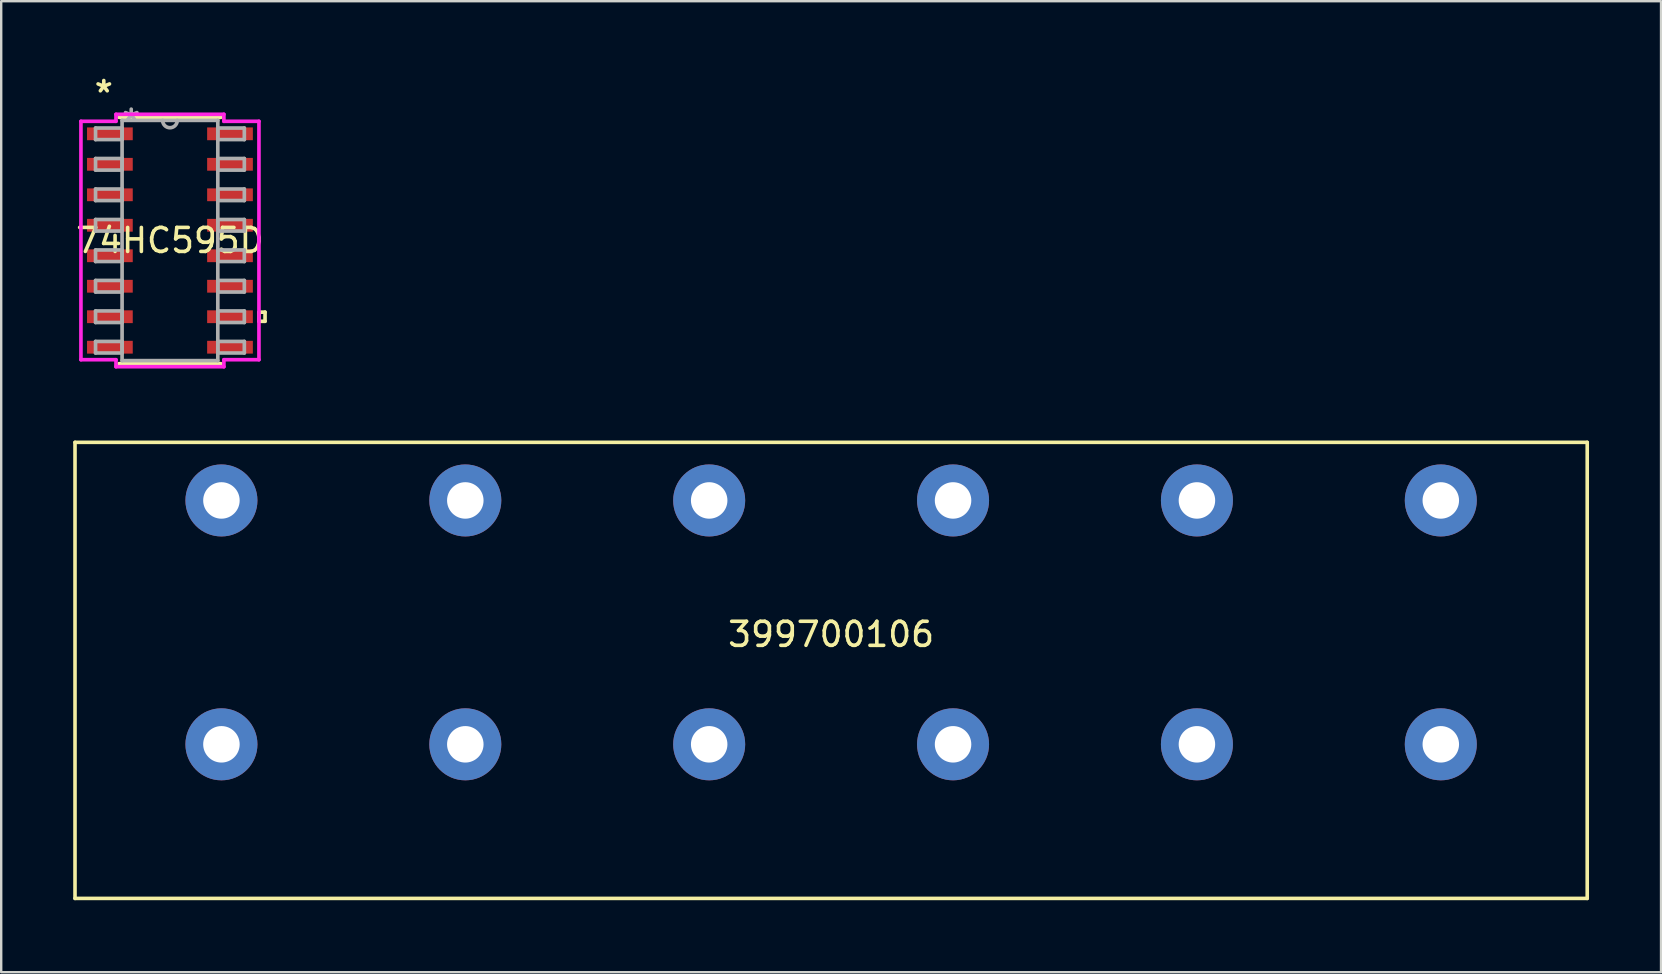
<source format=kicad_pcb>
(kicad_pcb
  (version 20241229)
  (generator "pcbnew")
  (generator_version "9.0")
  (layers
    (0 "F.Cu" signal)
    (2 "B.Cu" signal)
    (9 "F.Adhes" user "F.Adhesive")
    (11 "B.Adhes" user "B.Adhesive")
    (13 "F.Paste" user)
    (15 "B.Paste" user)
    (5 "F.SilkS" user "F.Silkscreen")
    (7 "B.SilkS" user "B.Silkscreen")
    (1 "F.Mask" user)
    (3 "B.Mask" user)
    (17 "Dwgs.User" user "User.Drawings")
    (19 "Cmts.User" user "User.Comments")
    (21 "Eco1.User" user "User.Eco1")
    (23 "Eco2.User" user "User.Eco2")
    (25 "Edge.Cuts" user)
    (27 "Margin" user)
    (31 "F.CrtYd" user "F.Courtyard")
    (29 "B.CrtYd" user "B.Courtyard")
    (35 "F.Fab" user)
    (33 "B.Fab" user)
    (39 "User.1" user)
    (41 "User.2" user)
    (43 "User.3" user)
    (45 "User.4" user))
  (footprint "399700106"
    (layer "F.Cu")
    (at 31.575 22.879)
    (property "Reference" "399700106" (at 0 0.5 0) (layer "F.SilkS") (effects (font (size 1 1) (thickness 0.15))))
    (attr through_hole)
    (fp_line (start -31.5 -7.5) (end -31.5 11.5) (stroke (width 0.15) (type solid)) (layer "F.SilkS"))
    (fp_line (start -31.5 11.5) (end 31.5 11.5) (stroke (width 0.15) (type solid)) (layer "F.SilkS"))
    (fp_line (start 31.5 -7.5) (end -31.5 -7.5) (stroke (width 0.15) (type solid)) (layer "F.SilkS"))
    (fp_line (start 31.5 -7.5) (end 31.5 11.5) (stroke (width 0.15) (type solid)) (layer "F.SilkS"))
    (pad "1" thru_hole circle (at -25.4 -5.08) (size 3 3) (drill 1.52) (layers "*.Cu" "*.Mask"))
    (pad "1" thru_hole circle (at -25.4 5.08) (size 3 3) (drill 1.52) (layers "*.Cu" "*.Mask"))
    (pad "2" thru_hole circle (at -15.24 -5.08) (size 3 3) (drill 1.52) (layers "*.Cu" "*.Mask"))
    (pad "2" thru_hole circle (at -15.24 5.08) (size 3 3) (drill 1.52) (layers "*.Cu" "*.Mask"))
    (pad "3" thru_hole circle (at -5.08 -5.08) (size 3 3) (drill 1.52) (layers "*.Cu" "*.Mask"))
    (pad "3" thru_hole circle (at -5.08 5.08) (size 3 3) (drill 1.52) (layers "*.Cu" "*.Mask"))
    (pad "4" thru_hole circle (at 5.08 -5.08) (size 3 3) (drill 1.52) (layers "*.Cu" "*.Mask"))
    (pad "4" thru_hole circle (at 5.08 5.08) (size 3 3) (drill 1.52) (layers "*.Cu" "*.Mask"))
    (pad "5" thru_hole circle (at 15.24 -5.08) (size 3 3) (drill 1.52) (layers "*.Cu" "*.Mask"))
    (pad "5" thru_hole circle (at 15.24 5.08) (size 3 3) (drill 1.52) (layers "*.Cu" "*.Mask"))
    (pad "6" thru_hole circle (at 25.4 -5.08) (size 3 3) (drill 1.52) (layers "*.Cu" "*.Mask"))
    (pad "6" thru_hole circle (at 25.4 5.08) (size 3 3) (drill 1.52) (layers "*.Cu" "*.Mask")))
  (footprint "74HC595D"
    (layer "F.Cu")
    (at 4.03 6.97)
    (property "Reference" "74HC595D" (at 0 0 0) (layer "F.SilkS") (effects (font (size 1 1) (thickness 0.15))))
    (attr through_hole)
    (fp_line (start -2.121 5.131) (end 2.121 5.131) (stroke (width 0.152) (type solid)) (layer "F.SilkS"))
    (fp_line (start 2.121 -5.131) (end -2.121 -5.131) (stroke (width 0.152) (type solid)) (layer "F.SilkS"))
    (fp_line (start 3.708 2.985) (end 3.962 2.985) (stroke (width 0.152) (type solid)) (layer "F.SilkS"))
    (fp_line (start 3.708 3.365) (end 3.708 2.985) (stroke (width 0.152) (type solid)) (layer "F.SilkS"))
    (fp_line (start 3.962 2.985) (end 3.962 3.365) (stroke (width 0.152) (type solid)) (layer "F.SilkS"))
    (fp_line (start 3.962 3.365) (end 3.708 3.365) (stroke (width 0.152) (type solid)) (layer "F.SilkS"))
    (fp_line (start -3.708 -4.966) (end -2.248 -4.966) (stroke (width 0.152) (type solid)) (layer "F.CrtYd"))
    (fp_line (start -3.708 4.966) (end -3.708 -4.966) (stroke (width 0.152) (type solid)) (layer "F.CrtYd"))
    (fp_line (start -2.248 -5.258) (end 2.248 -5.258) (stroke (width 0.152) (type solid)) (layer "F.CrtYd"))
    (fp_line (start -2.248 -4.966) (end -2.248 -5.258) (stroke (width 0.152) (type solid)) (layer "F.CrtYd"))
    (fp_line (start -2.248 4.966) (end -3.708 4.966) (stroke (width 0.152) (type solid)) (layer "F.CrtYd"))
    (fp_line (start -2.248 5.258) (end -2.248 4.966) (stroke (width 0.152) (type solid)) (layer "F.CrtYd"))
    (fp_line (start 2.248 -5.258) (end 2.248 -4.966) (stroke (width 0.152) (type solid)) (layer "F.CrtYd"))
    (fp_line (start 2.248 -4.966) (end 3.708 -4.966) (stroke (width 0.152) (type solid)) (layer "F.CrtYd"))
    (fp_line (start 2.248 4.966) (end 2.248 5.258) (stroke (width 0.152) (type solid)) (layer "F.CrtYd"))
    (fp_line (start 2.248 5.258) (end -2.248 5.258) (stroke (width 0.152) (type solid)) (layer "F.CrtYd"))
    (fp_line (start 3.708 -4.966) (end 3.708 4.966) (stroke (width 0.152) (type solid)) (layer "F.CrtYd"))
    (fp_line (start 3.708 4.966) (end 2.248 4.966) (stroke (width 0.152) (type solid)) (layer "F.CrtYd"))
    (fp_line (start -3.099 -4.686) (end -3.099 -4.204) (stroke (width 0.152) (type solid)) (layer "F.Fab"))
    (fp_line (start -3.099 -4.204) (end -1.994 -4.204) (stroke (width 0.152) (type solid)) (layer "F.Fab"))
    (fp_line (start -3.099 -3.416) (end -3.099 -2.934) (stroke (width 0.152) (type solid)) (layer "F.Fab"))
    (fp_line (start -3.099 -2.934) (end -1.994 -2.934) (stroke (width 0.152) (type solid)) (layer "F.Fab"))
    (fp_line (start -3.099 -2.146) (end -3.099 -1.664) (stroke (width 0.152) (type solid)) (layer "F.Fab"))
    (fp_line (start -3.099 -1.664) (end -1.994 -1.664) (stroke (width 0.152) (type solid)) (layer "F.Fab"))
    (fp_line (start -3.099 -0.876) (end -3.099 -0.394) (stroke (width 0.152) (type solid)) (layer "F.Fab"))
    (fp_line (start -3.099 -0.394) (end -1.994 -0.394) (stroke (width 0.152) (type solid)) (layer "F.Fab"))
    (fp_line (start -3.099 0.394) (end -3.099 0.876) (stroke (width 0.152) (type solid)) (layer "F.Fab"))
    (fp_line (start -3.099 0.876) (end -1.994 0.876) (stroke (width 0.152) (type solid)) (layer "F.Fab"))
    (fp_line (start -3.099 1.664) (end -3.099 2.146) (stroke (width 0.152) (type solid)) (layer "F.Fab"))
    (fp_line (start -3.099 2.146) (end -1.994 2.146) (stroke (width 0.152) (type solid)) (layer "F.Fab"))
    (fp_line (start -3.099 2.934) (end -3.099 3.416) (stroke (width 0.152) (type solid)) (layer "F.Fab"))
    (fp_line (start -3.099 3.416) (end -1.994 3.416) (stroke (width 0.152) (type solid)) (layer "F.Fab"))
    (fp_line (start -3.099 4.204) (end -3.099 4.686) (stroke (width 0.152) (type solid)) (layer "F.Fab"))
    (fp_line (start -3.099 4.686) (end -1.994 4.686) (stroke (width 0.152) (type solid)) (layer "F.Fab"))
    (fp_line (start -1.994 -5.004) (end -1.994 5.004) (stroke (width 0.152) (type solid)) (layer "F.Fab"))
    (fp_line (start -1.994 -4.686) (end -3.099 -4.686) (stroke (width 0.152) (type solid)) (layer "F.Fab"))
    (fp_line (start -1.994 -4.204) (end -1.994 -4.686) (stroke (width 0.152) (type solid)) (layer "F.Fab"))
    (fp_line (start -1.994 -3.416) (end -3.099 -3.416) (stroke (width 0.152) (type solid)) (layer "F.Fab"))
    (fp_line (start -1.994 -2.934) (end -1.994 -3.416) (stroke (width 0.152) (type solid)) (layer "F.Fab"))
    (fp_line (start -1.994 -2.146) (end -3.099 -2.146) (stroke (width 0.152) (type solid)) (layer "F.Fab"))
    (fp_line (start -1.994 -1.664) (end -1.994 -2.146) (stroke (width 0.152) (type solid)) (layer "F.Fab"))
    (fp_line (start -1.994 -0.876) (end -3.099 -0.876) (stroke (width 0.152) (type solid)) (layer "F.Fab"))
    (fp_line (start -1.994 -0.394) (end -1.994 -0.876) (stroke (width 0.152) (type solid)) (layer "F.Fab"))
    (fp_line (start -1.994 0.394) (end -3.099 0.394) (stroke (width 0.152) (type solid)) (layer "F.Fab"))
    (fp_line (start -1.994 0.876) (end -1.994 0.394) (stroke (width 0.152) (type solid)) (layer "F.Fab"))
    (fp_line (start -1.994 1.664) (end -3.099 1.664) (stroke (width 0.152) (type solid)) (layer "F.Fab"))
    (fp_line (start -1.994 2.146) (end -1.994 1.664) (stroke (width 0.152) (type solid)) (layer "F.Fab"))
    (fp_line (start -1.994 2.934) (end -3.099 2.934) (stroke (width 0.152) (type solid)) (layer "F.Fab"))
    (fp_line (start -1.994 3.416) (end -1.994 2.934) (stroke (width 0.152) (type solid)) (layer "F.Fab"))
    (fp_line (start -1.994 4.204) (end -3.099 4.204) (stroke (width 0.152) (type solid)) (layer "F.Fab"))
    (fp_line (start -1.994 4.686) (end -1.994 4.204) (stroke (width 0.152) (type solid)) (layer "F.Fab"))
    (fp_line (start -1.994 5.004) (end 1.994 5.004) (stroke (width 0.152) (type solid)) (layer "F.Fab"))
    (fp_line (start 1.994 -5.004) (end -1.994 -5.004) (stroke (width 0.152) (type solid)) (layer "F.Fab"))
    (fp_line (start 1.994 -4.686) (end 1.994 -4.204) (stroke (width 0.152) (type solid)) (layer "F.Fab"))
    (fp_line (start 1.994 -4.204) (end 3.099 -4.204) (stroke (width 0.152) (type solid)) (layer "F.Fab"))
    (fp_line (start 1.994 -3.416) (end 1.994 -2.934) (stroke (width 0.152) (type solid)) (layer "F.Fab"))
    (fp_line (start 1.994 -2.934) (end 3.099 -2.934) (stroke (width 0.152) (type solid)) (layer "F.Fab"))
    (fp_line (start 1.994 -2.146) (end 1.994 -1.664) (stroke (width 0.152) (type solid)) (layer "F.Fab"))
    (fp_line (start 1.994 -1.664) (end 3.099 -1.664) (stroke (width 0.152) (type solid)) (layer "F.Fab"))
    (fp_line (start 1.994 -0.876) (end 1.994 -0.394) (stroke (width 0.152) (type solid)) (layer "F.Fab"))
    (fp_line (start 1.994 -0.394) (end 3.099 -0.394) (stroke (width 0.152) (type solid)) (layer "F.Fab"))
    (fp_line (start 1.994 0.394) (end 1.994 0.876) (stroke (width 0.152) (type solid)) (layer "F.Fab"))
    (fp_line (start 1.994 0.876) (end 3.099 0.876) (stroke (width 0.152) (type solid)) (layer "F.Fab"))
    (fp_line (start 1.994 1.664) (end 1.994 2.146) (stroke (width 0.152) (type solid)) (layer "F.Fab"))
    (fp_line (start 1.994 2.146) (end 3.099 2.146) (stroke (width 0.152) (type solid)) (layer "F.Fab"))
    (fp_line (start 1.994 2.934) (end 1.994 3.416) (stroke (width 0.152) (type solid)) (layer "F.Fab"))
    (fp_line (start 1.994 3.416) (end 3.099 3.416) (stroke (width 0.152) (type solid)) (layer "F.Fab"))
    (fp_line (start 1.994 4.204) (end 1.994 4.686) (stroke (width 0.152) (type solid)) (layer "F.Fab"))
    (fp_line (start 1.994 4.686) (end 3.099 4.686) (stroke (width 0.152) (type solid)) (layer "F.Fab"))
    (fp_line (start 1.994 5.004) (end 1.994 -5.004) (stroke (width 0.152) (type solid)) (layer "F.Fab"))
    (fp_line (start 3.099 -4.686) (end 1.994 -4.686) (stroke (width 0.152) (type solid)) (layer "F.Fab"))
    (fp_line (start 3.099 -4.204) (end 3.099 -4.686) (stroke (width 0.152) (type solid)) (layer "F.Fab"))
    (fp_line (start 3.099 -3.416) (end 1.994 -3.416) (stroke (width 0.152) (type solid)) (layer "F.Fab"))
    (fp_line (start 3.099 -2.934) (end 3.099 -3.416) (stroke (width 0.152) (type solid)) (layer "F.Fab"))
    (fp_line (start 3.099 -2.146) (end 1.994 -2.146) (stroke (width 0.152) (type solid)) (layer "F.Fab"))
    (fp_line (start 3.099 -1.664) (end 3.099 -2.146) (stroke (width 0.152) (type solid)) (layer "F.Fab"))
    (fp_line (start 3.099 -0.876) (end 1.994 -0.876) (stroke (width 0.152) (type solid)) (layer "F.Fab"))
    (fp_line (start 3.099 -0.394) (end 3.099 -0.876) (stroke (width 0.152) (type solid)) (layer "F.Fab"))
    (fp_line (start 3.099 0.394) (end 1.994 0.394) (stroke (width 0.152) (type solid)) (layer "F.Fab"))
    (fp_line (start 3.099 0.876) (end 3.099 0.394) (stroke (width 0.152) (type solid)) (layer "F.Fab"))
    (fp_line (start 3.099 1.664) (end 1.994 1.664) (stroke (width 0.152) (type solid)) (layer "F.Fab"))
    (fp_line (start 3.099 2.146) (end 3.099 1.664) (stroke (width 0.152) (type solid)) (layer "F.Fab"))
    (fp_line (start 3.099 2.934) (end 1.994 2.934) (stroke (width 0.152) (type solid)) (layer "F.Fab"))
    (fp_line (start 3.099 3.416) (end 3.099 2.934) (stroke (width 0.152) (type solid)) (layer "F.Fab"))
    (fp_line (start 3.099 4.204) (end 1.994 4.204) (stroke (width 0.152) (type solid)) (layer "F.Fab"))
    (fp_line (start 3.099 4.686) (end 3.099 4.204) (stroke (width 0.152) (type solid)) (layer "F.Fab"))
    (fp_arc (start 0.3048 -5.0038) (mid 0 -4.699) (end -0.3048 -5.0038) (stroke (width 0.1524) (type solid)) (layer "F.Fab"))
    (fp_text user "*" (at -2.756 -6.121 0) (layer "F.SilkS") (effects (font (size 1 1) (thickness 0.15))))
    (fp_text user "Copyright 2016 Accelerated Designs. All rights reserved." (at 0 0 0) (layer "Cmts.User") (effects (font (size 0.127 0.127) (thickness 0.002))))
    (fp_text user "*" (at -1.613 -4.928 0) (layer "F.Fab") (effects (font (size 1 1) (thickness 0.15))))
    (pad "1" smd rect (at -2.502 -4.445) (size 1.905 0.533) (layers "F.Cu" "F.Mask" "F.Paste"))
    (pad "2" smd rect (at -2.502 -3.175) (size 1.905 0.533) (layers "F.Cu" "F.Mask" "F.Paste"))
    (pad "3" smd rect (at -2.502 -1.905) (size 1.905 0.533) (layers "F.Cu" "F.Mask" "F.Paste"))
    (pad "4" smd rect (at -2.502 -0.635) (size 1.905 0.533) (layers "F.Cu" "F.Mask" "F.Paste"))
    (pad "5" smd rect (at -2.502 0.635) (size 1.905 0.533) (layers "F.Cu" "F.Mask" "F.Paste"))
    (pad "6" smd rect (at -2.502 1.905) (size 1.905 0.533) (layers "F.Cu" "F.Mask" "F.Paste"))
    (pad "7" smd rect (at -2.502 3.175) (size 1.905 0.533) (layers "F.Cu" "F.Mask" "F.Paste"))
    (pad "8" smd rect (at -2.502 4.445) (size 1.905 0.533) (layers "F.Cu" "F.Mask" "F.Paste"))
    (pad "9" smd rect (at 2.502 4.445) (size 1.905 0.533) (layers "F.Cu" "F.Mask" "F.Paste"))
    (pad "10" smd rect (at 2.502 3.175) (size 1.905 0.533) (layers "F.Cu" "F.Mask" "F.Paste"))
    (pad "11" smd rect (at 2.502 1.905) (size 1.905 0.533) (layers "F.Cu" "F.Mask" "F.Paste"))
    (pad "12" smd rect (at 2.502 0.635) (size 1.905 0.533) (layers "F.Cu" "F.Mask" "F.Paste"))
    (pad "13" smd rect (at 2.502 -0.635) (size 1.905 0.533) (layers "F.Cu" "F.Mask" "F.Paste"))
    (pad "14" smd rect (at 2.502 -1.905) (size 1.905 0.533) (layers "F.Cu" "F.Mask" "F.Paste"))
    (pad "15" smd rect (at 2.502 -3.175) (size 1.905 0.533) (layers "F.Cu" "F.Mask" "F.Paste"))
    (pad "16" smd rect (at 2.502 -4.445) (size 1.905 0.533) (layers "F.Cu" "F.Mask" "F.Paste")))
  (gr_rect
    (start -3 -3)
    (end 66.15 37.454)
    (stroke (width 0.1) (type default))
    (fill no)
    (layer "Edge.Cuts")))
</source>
